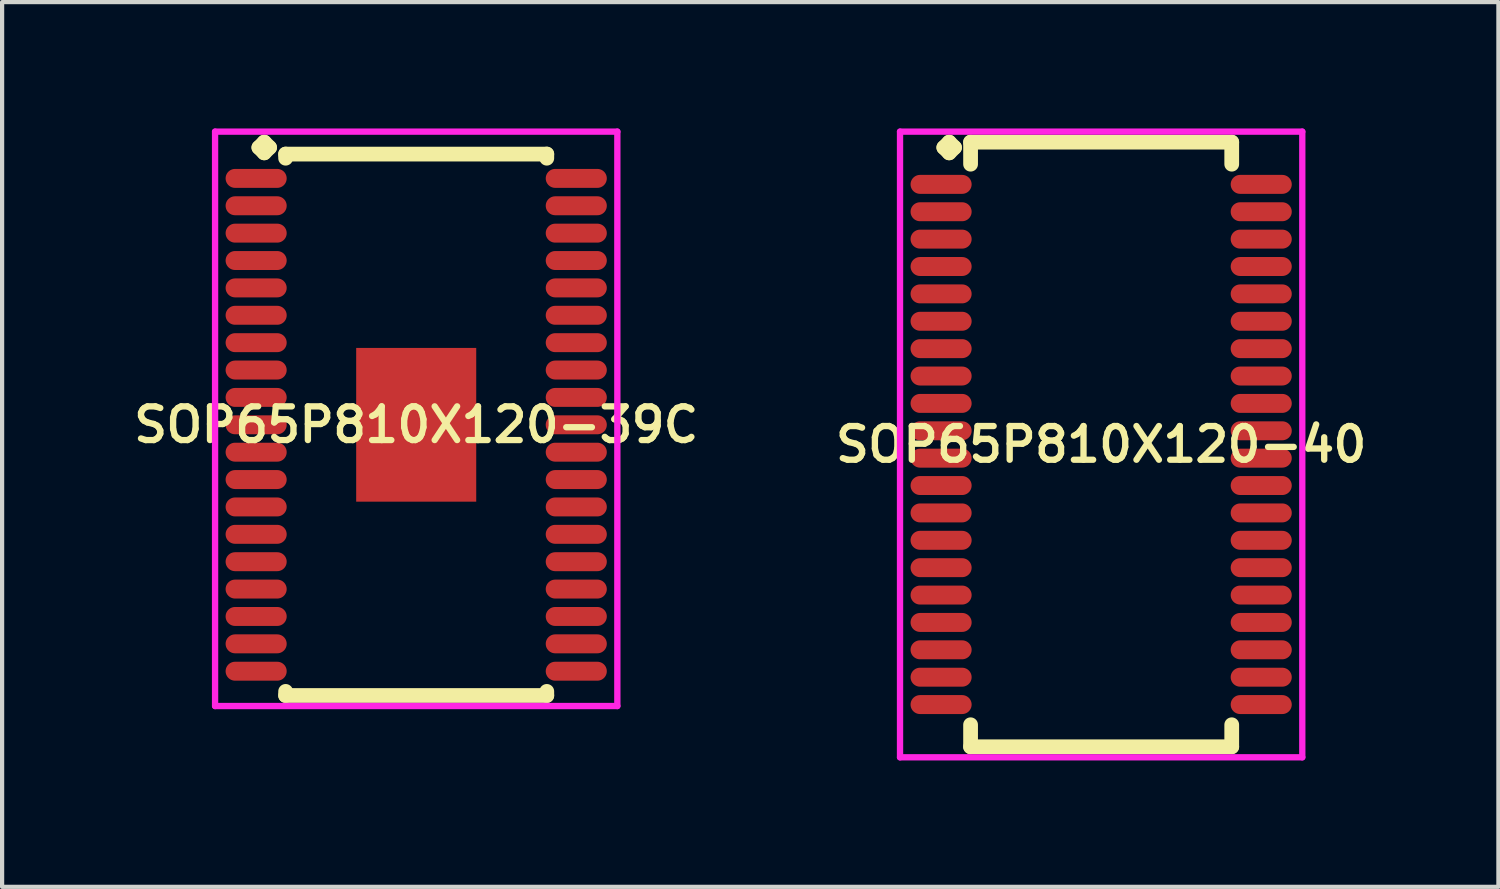
<source format=kicad_pcb>
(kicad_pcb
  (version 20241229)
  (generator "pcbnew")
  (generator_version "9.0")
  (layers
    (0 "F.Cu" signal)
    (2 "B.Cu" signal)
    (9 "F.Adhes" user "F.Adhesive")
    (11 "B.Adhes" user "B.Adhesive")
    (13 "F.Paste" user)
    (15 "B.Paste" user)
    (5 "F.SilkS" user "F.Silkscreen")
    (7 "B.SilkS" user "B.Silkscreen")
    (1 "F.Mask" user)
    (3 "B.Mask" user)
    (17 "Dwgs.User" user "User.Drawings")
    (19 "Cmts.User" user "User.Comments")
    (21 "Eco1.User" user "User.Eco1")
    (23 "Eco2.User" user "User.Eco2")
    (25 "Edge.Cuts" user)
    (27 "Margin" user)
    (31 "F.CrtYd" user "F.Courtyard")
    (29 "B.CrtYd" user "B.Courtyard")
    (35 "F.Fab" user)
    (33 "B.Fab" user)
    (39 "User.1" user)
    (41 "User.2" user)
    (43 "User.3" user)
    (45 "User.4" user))
  (footprint "SOP65P810X120-39C"
    (layer "F.Cu")
    (at 6.831 7.035)
    (property "Reference" "SOP65P810X120-39C" (at 0 0 0) (layer "F.SilkS") (effects (font (size 0.8 0.8) (thickness 0.15))))
    (attr through_hole)
    (fp_line (start -3.735 -6.583) (end -3.608 -6.71) (stroke (width 0.35) (type solid)) (layer "F.SilkS"))
    (fp_line (start -3.608 -6.71) (end -3.481 -6.583) (stroke (width 0.35) (type solid)) (layer "F.SilkS"))
    (fp_line (start -3.608 -6.456) (end -3.735 -6.583) (stroke (width 0.35) (type solid)) (layer "F.SilkS"))
    (fp_line (start -3.481 -6.583) (end -3.608 -6.456) (stroke (width 0.35) (type solid)) (layer "F.SilkS"))
    (fp_line (start -3.1 -6.427) (end 3.1 -6.427) (stroke (width 0.35) (type solid)) (layer "F.SilkS"))
    (fp_line (start -3.1 -6.329) (end -3.1 -6.427) (stroke (width 0.35) (type solid)) (layer "F.SilkS"))
    (fp_line (start -3.1 6.329) (end -3.1 6.427) (stroke (width 0.35) (type solid)) (layer "F.SilkS"))
    (fp_line (start -3.1 6.427) (end 3.1 6.427) (stroke (width 0.35) (type solid)) (layer "F.SilkS"))
    (fp_line (start 3.1 -6.427) (end 3.1 -6.329) (stroke (width 0.35) (type solid)) (layer "F.SilkS"))
    (fp_line (start 3.1 6.427) (end 3.1 6.329) (stroke (width 0.35) (type solid)) (layer "F.SilkS"))
    (fp_line (start -4.775 -6.96) (end 4.775 -6.96) (stroke (width 0.15) (type solid)) (layer "F.CrtYd"))
    (fp_line (start -4.775 6.677) (end -4.775 -6.96) (stroke (width 0.15) (type solid)) (layer "F.CrtYd"))
    (fp_line (start 4.775 -6.96) (end 4.775 6.677) (stroke (width 0.15) (type solid)) (layer "F.CrtYd"))
    (fp_line (start 4.775 6.677) (end -4.775 6.677) (stroke (width 0.15) (type solid)) (layer "F.CrtYd"))
    (pad "1" smd oval (at -3.8 -5.85) (size 1.45 0.45) (layers "F.Cu" "F.Mask" "F.Paste"))
    (pad "2" smd oval (at -3.8 -5.2) (size 1.45 0.45) (layers "F.Cu" "F.Mask" "F.Paste"))
    (pad "3" smd oval (at -3.8 -4.55) (size 1.45 0.45) (layers "F.Cu" "F.Mask" "F.Paste"))
    (pad "4" smd oval (at -3.8 -3.9) (size 1.45 0.45) (layers "F.Cu" "F.Mask" "F.Paste"))
    (pad "5" smd oval (at -3.8 -3.25) (size 1.45 0.45) (layers "F.Cu" "F.Mask" "F.Paste"))
    (pad "6" smd oval (at -3.8 -2.6) (size 1.45 0.45) (layers "F.Cu" "F.Mask" "F.Paste"))
    (pad "7" smd oval (at -3.8 -1.95) (size 1.45 0.45) (layers "F.Cu" "F.Mask" "F.Paste"))
    (pad "8" smd oval (at -3.8 -1.3) (size 1.45 0.45) (layers "F.Cu" "F.Mask" "F.Paste"))
    (pad "9" smd oval (at -3.8 -0.65) (size 1.45 0.45) (layers "F.Cu" "F.Mask" "F.Paste"))
    (pad "10" smd oval (at -3.8 0) (size 1.45 0.45) (layers "F.Cu" "F.Mask" "F.Paste"))
    (pad "11" smd oval (at -3.8 0.65) (size 1.45 0.45) (layers "F.Cu" "F.Mask" "F.Paste"))
    (pad "12" smd oval (at -3.8 1.3) (size 1.45 0.45) (layers "F.Cu" "F.Mask" "F.Paste"))
    (pad "13" smd oval (at -3.8 1.95) (size 1.45 0.45) (layers "F.Cu" "F.Mask" "F.Paste"))
    (pad "14" smd oval (at -3.8 2.6) (size 1.45 0.45) (layers "F.Cu" "F.Mask" "F.Paste"))
    (pad "15" smd oval (at -3.8 3.25) (size 1.45 0.45) (layers "F.Cu" "F.Mask" "F.Paste"))
    (pad "16" smd oval (at -3.8 3.9) (size 1.45 0.45) (layers "F.Cu" "F.Mask" "F.Paste"))
    (pad "17" smd oval (at -3.8 4.55) (size 1.45 0.45) (layers "F.Cu" "F.Mask" "F.Paste"))
    (pad "18" smd oval (at -3.8 5.2) (size 1.45 0.45) (layers "F.Cu" "F.Mask" "F.Paste"))
    (pad "19" smd oval (at -3.8 5.85) (size 1.45 0.45) (layers "F.Cu" "F.Mask" "F.Paste"))
    (pad "20" smd oval (at 3.8 5.85) (size 1.45 0.45) (layers "F.Cu" "F.Mask" "F.Paste"))
    (pad "21" smd oval (at 3.8 5.2) (size 1.45 0.45) (layers "F.Cu" "F.Mask" "F.Paste"))
    (pad "22" smd oval (at 3.8 4.55) (size 1.45 0.45) (layers "F.Cu" "F.Mask" "F.Paste"))
    (pad "23" smd oval (at 3.8 3.9) (size 1.45 0.45) (layers "F.Cu" "F.Mask" "F.Paste"))
    (pad "24" smd oval (at 3.8 3.25) (size 1.45 0.45) (layers "F.Cu" "F.Mask" "F.Paste"))
    (pad "25" smd oval (at 3.8 2.6) (size 1.45 0.45) (layers "F.Cu" "F.Mask" "F.Paste"))
    (pad "26" smd oval (at 3.8 1.95) (size 1.45 0.45) (layers "F.Cu" "F.Mask" "F.Paste"))
    (pad "27" smd oval (at 3.8 1.3) (size 1.45 0.45) (layers "F.Cu" "F.Mask" "F.Paste"))
    (pad "28" smd oval (at 3.8 0.65) (size 1.45 0.45) (layers "F.Cu" "F.Mask" "F.Paste"))
    (pad "29" smd oval (at 3.8 0) (size 1.45 0.45) (layers "F.Cu" "F.Mask" "F.Paste"))
    (pad "30" smd oval (at 3.8 -0.65) (size 1.45 0.45) (layers "F.Cu" "F.Mask" "F.Paste"))
    (pad "31" smd oval (at 3.8 -1.3) (size 1.45 0.45) (layers "F.Cu" "F.Mask" "F.Paste"))
    (pad "32" smd oval (at 3.8 -1.95) (size 1.45 0.45) (layers "F.Cu" "F.Mask" "F.Paste"))
    (pad "33" smd oval (at 3.8 -2.6) (size 1.45 0.45) (layers "F.Cu" "F.Mask" "F.Paste"))
    (pad "34" smd oval (at 3.8 -3.25) (size 1.45 0.45) (layers "F.Cu" "F.Mask" "F.Paste"))
    (pad "35" smd oval (at 3.8 -3.9) (size 1.45 0.45) (layers "F.Cu" "F.Mask" "F.Paste"))
    (pad "36" smd oval (at 3.8 -4.55) (size 1.45 0.45) (layers "F.Cu" "F.Mask" "F.Paste"))
    (pad "37" smd oval (at 3.8 -5.2) (size 1.45 0.45) (layers "F.Cu" "F.Mask" "F.Paste"))
    (pad "38" smd oval (at 3.8 -5.85) (size 1.45 0.45) (layers "F.Cu" "F.Mask" "F.Paste"))
    (pad "39" smd rect (at 0 0) (size 2.85 3.65) (layers "F.Cu" "F.Mask" "F.Paste")))
  (footprint "SOP65P810X120-40"
    (layer "F.Cu")
    (at 23.092 7.502)
    (property "Reference" "SOP65P810X120-40" (at 0 0 0) (layer "F.SilkS") (effects (font (size 0.8 0.8) (thickness 0.15))))
    (attr smd)
    (fp_line (start -3.735 -7.05) (end -3.608 -7.177) (stroke (width 0.35) (type solid)) (layer "F.SilkS"))
    (fp_line (start -3.608 -7.177) (end -3.481 -7.05) (stroke (width 0.35) (type solid)) (layer "F.SilkS"))
    (fp_line (start -3.608 -6.923) (end -3.735 -7.05) (stroke (width 0.35) (type solid)) (layer "F.SilkS"))
    (fp_line (start -3.481 -7.05) (end -3.608 -6.923) (stroke (width 0.35) (type solid)) (layer "F.SilkS"))
    (fp_line (start -3.1 -7.177) (end 3.1 -7.177) (stroke (width 0.35) (type solid)) (layer "F.SilkS"))
    (fp_line (start -3.1 -6.654) (end -3.1 -7.177) (stroke (width 0.35) (type solid)) (layer "F.SilkS"))
    (fp_line (start -3.1 6.654) (end -3.1 7.177) (stroke (width 0.35) (type solid)) (layer "F.SilkS"))
    (fp_line (start -3.1 7.177) (end 3.1 7.177) (stroke (width 0.35) (type solid)) (layer "F.SilkS"))
    (fp_line (start 3.1 -7.177) (end 3.1 -6.654) (stroke (width 0.35) (type solid)) (layer "F.SilkS"))
    (fp_line (start 3.1 7.177) (end 3.1 6.654) (stroke (width 0.35) (type solid)) (layer "F.SilkS"))
    (fp_line (start -4.775 -7.427) (end 4.775 -7.427) (stroke (width 0.15) (type solid)) (layer "F.CrtYd"))
    (fp_line (start -4.775 7.427) (end -4.775 -7.427) (stroke (width 0.15) (type solid)) (layer "F.CrtYd"))
    (fp_line (start 4.775 -7.427) (end 4.775 7.427) (stroke (width 0.15) (type solid)) (layer "F.CrtYd"))
    (fp_line (start 4.775 7.427) (end -4.775 7.427) (stroke (width 0.15) (type solid)) (layer "F.CrtYd"))
    (pad "1" smd oval (at -3.8 -6.175) (size 1.45 0.45) (layers "F.Cu" "F.Mask" "F.Paste"))
    (pad "2" smd oval (at -3.8 -5.525) (size 1.45 0.45) (layers "F.Cu" "F.Mask" "F.Paste"))
    (pad "3" smd oval (at -3.8 -4.875) (size 1.45 0.45) (layers "F.Cu" "F.Mask" "F.Paste"))
    (pad "4" smd oval (at -3.8 -4.225) (size 1.45 0.45) (layers "F.Cu" "F.Mask" "F.Paste"))
    (pad "5" smd oval (at -3.8 -3.575) (size 1.45 0.45) (layers "F.Cu" "F.Mask" "F.Paste"))
    (pad "6" smd oval (at -3.8 -2.925) (size 1.45 0.45) (layers "F.Cu" "F.Mask" "F.Paste"))
    (pad "7" smd oval (at -3.8 -2.275) (size 1.45 0.45) (layers "F.Cu" "F.Mask" "F.Paste"))
    (pad "8" smd oval (at -3.8 -1.625) (size 1.45 0.45) (layers "F.Cu" "F.Mask" "F.Paste"))
    (pad "9" smd oval (at -3.8 -0.975) (size 1.45 0.45) (layers "F.Cu" "F.Mask" "F.Paste"))
    (pad "10" smd oval (at -3.8 -0.325) (size 1.45 0.45) (layers "F.Cu" "F.Mask" "F.Paste"))
    (pad "11" smd oval (at -3.8 0.325) (size 1.45 0.45) (layers "F.Cu" "F.Mask" "F.Paste"))
    (pad "12" smd oval (at -3.8 0.975) (size 1.45 0.45) (layers "F.Cu" "F.Mask" "F.Paste"))
    (pad "13" smd oval (at -3.8 1.625) (size 1.45 0.45) (layers "F.Cu" "F.Mask" "F.Paste"))
    (pad "14" smd oval (at -3.8 2.275) (size 1.45 0.45) (layers "F.Cu" "F.Mask" "F.Paste"))
    (pad "15" smd oval (at -3.8 2.925) (size 1.45 0.45) (layers "F.Cu" "F.Mask" "F.Paste"))
    (pad "16" smd oval (at -3.8 3.575) (size 1.45 0.45) (layers "F.Cu" "F.Mask" "F.Paste"))
    (pad "17" smd oval (at -3.8 4.225) (size 1.45 0.45) (layers "F.Cu" "F.Mask" "F.Paste"))
    (pad "18" smd oval (at -3.8 4.875) (size 1.45 0.45) (layers "F.Cu" "F.Mask" "F.Paste"))
    (pad "19" smd oval (at -3.8 5.525) (size 1.45 0.45) (layers "F.Cu" "F.Mask" "F.Paste"))
    (pad "20" smd oval (at -3.8 6.175) (size 1.45 0.45) (layers "F.Cu" "F.Mask" "F.Paste"))
    (pad "21" smd oval (at 3.8 6.175) (size 1.45 0.45) (layers "F.Cu" "F.Mask" "F.Paste"))
    (pad "22" smd oval (at 3.8 5.525) (size 1.45 0.45) (layers "F.Cu" "F.Mask" "F.Paste"))
    (pad "23" smd oval (at 3.8 4.875) (size 1.45 0.45) (layers "F.Cu" "F.Mask" "F.Paste"))
    (pad "24" smd oval (at 3.8 4.225) (size 1.45 0.45) (layers "F.Cu" "F.Mask" "F.Paste"))
    (pad "25" smd oval (at 3.8 3.575) (size 1.45 0.45) (layers "F.Cu" "F.Mask" "F.Paste"))
    (pad "26" smd oval (at 3.8 2.925) (size 1.45 0.45) (layers "F.Cu" "F.Mask" "F.Paste"))
    (pad "27" smd oval (at 3.8 2.275) (size 1.45 0.45) (layers "F.Cu" "F.Mask" "F.Paste"))
    (pad "28" smd oval (at 3.8 1.625) (size 1.45 0.45) (layers "F.Cu" "F.Mask" "F.Paste"))
    (pad "29" smd oval (at 3.8 0.975) (size 1.45 0.45) (layers "F.Cu" "F.Mask" "F.Paste"))
    (pad "30" smd oval (at 3.8 0.325) (size 1.45 0.45) (layers "F.Cu" "F.Mask" "F.Paste"))
    (pad "31" smd oval (at 3.8 -0.325) (size 1.45 0.45) (layers "F.Cu" "F.Mask" "F.Paste"))
    (pad "32" smd oval (at 3.8 -0.975) (size 1.45 0.45) (layers "F.Cu" "F.Mask" "F.Paste"))
    (pad "33" smd oval (at 3.8 -1.625) (size 1.45 0.45) (layers "F.Cu" "F.Mask" "F.Paste"))
    (pad "34" smd oval (at 3.8 -2.275) (size 1.45 0.45) (layers "F.Cu" "F.Mask" "F.Paste"))
    (pad "35" smd oval (at 3.8 -2.925) (size 1.45 0.45) (layers "F.Cu" "F.Mask" "F.Paste"))
    (pad "36" smd oval (at 3.8 -3.575) (size 1.45 0.45) (layers "F.Cu" "F.Mask" "F.Paste"))
    (pad "37" smd oval (at 3.8 -4.225) (size 1.45 0.45) (layers "F.Cu" "F.Mask" "F.Paste"))
    (pad "38" smd oval (at 3.8 -4.875) (size 1.45 0.45) (layers "F.Cu" "F.Mask" "F.Paste"))
    (pad "39" smd oval (at 3.8 -5.525) (size 1.45 0.45) (layers "F.Cu" "F.Mask" "F.Paste"))
    (pad "40" smd oval (at 3.8 -6.175) (size 1.45 0.45) (layers "F.Cu" "F.Mask" "F.Paste")))
  (gr_rect
    (start -3 -3)
    (end 32.523 18.004)
    (stroke (width 0.1) (type default))
    (fill no)
    (layer "Edge.Cuts")))
</source>
